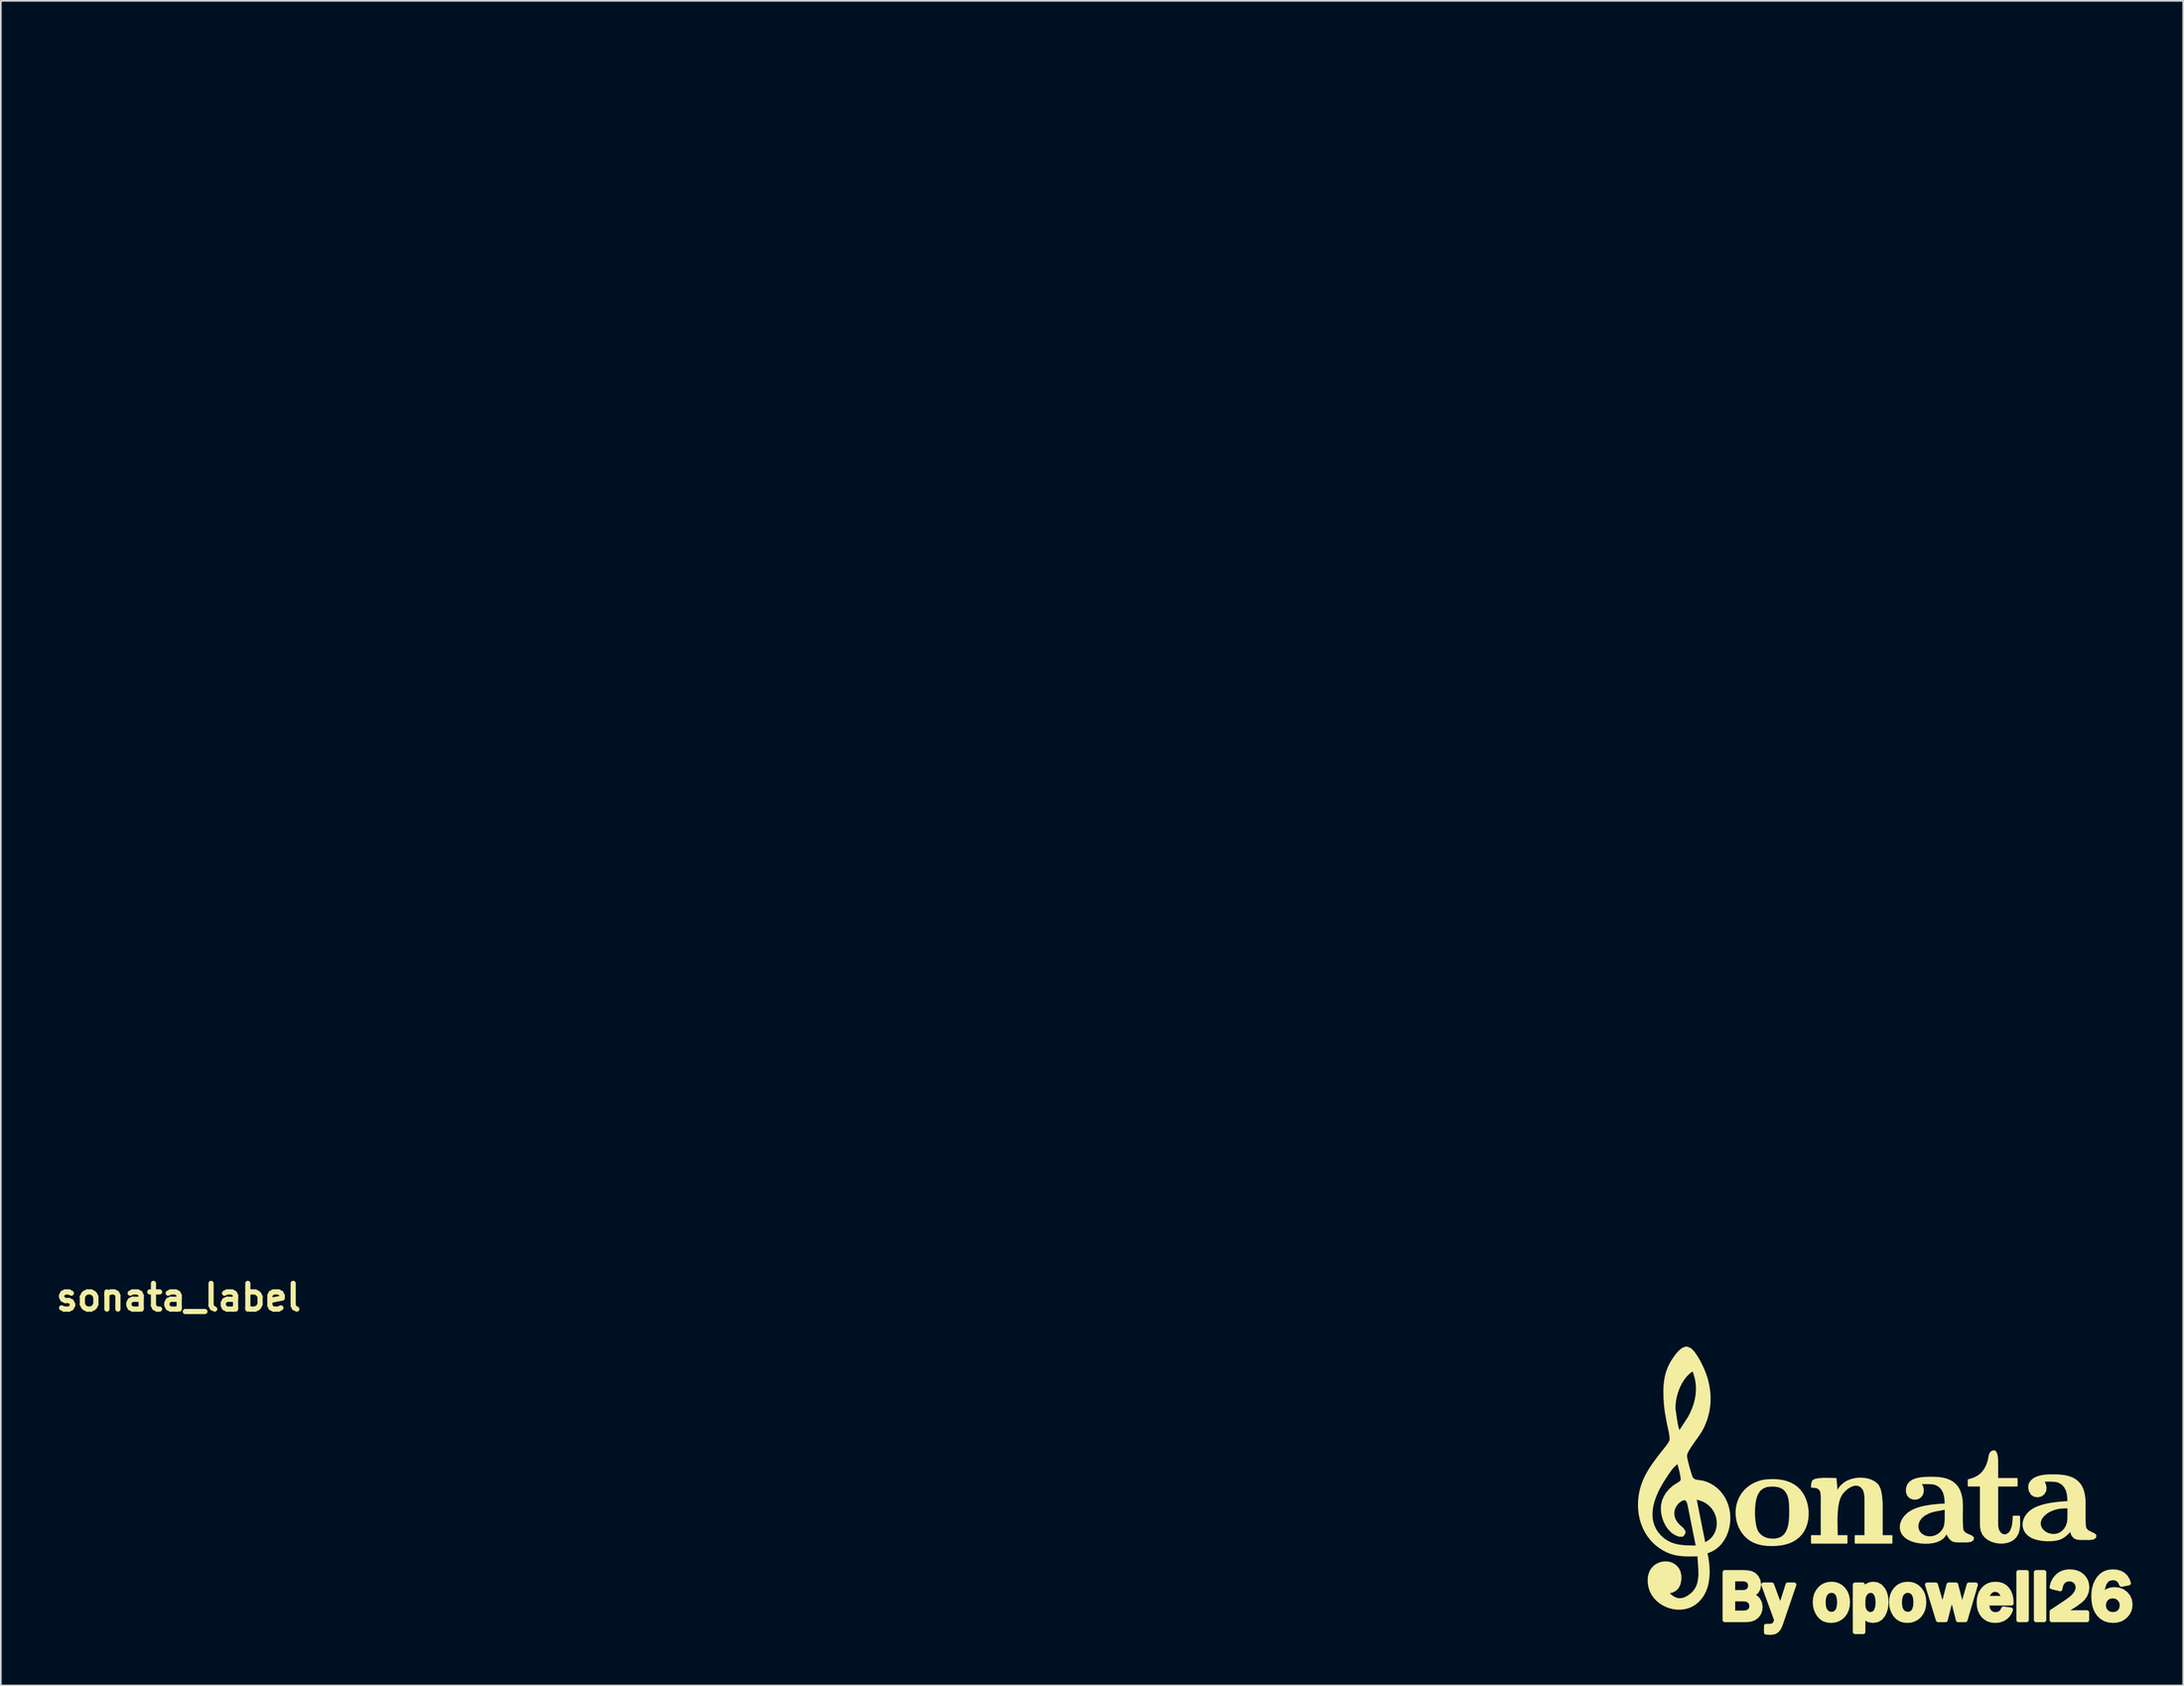
<source format=kicad_pcb>
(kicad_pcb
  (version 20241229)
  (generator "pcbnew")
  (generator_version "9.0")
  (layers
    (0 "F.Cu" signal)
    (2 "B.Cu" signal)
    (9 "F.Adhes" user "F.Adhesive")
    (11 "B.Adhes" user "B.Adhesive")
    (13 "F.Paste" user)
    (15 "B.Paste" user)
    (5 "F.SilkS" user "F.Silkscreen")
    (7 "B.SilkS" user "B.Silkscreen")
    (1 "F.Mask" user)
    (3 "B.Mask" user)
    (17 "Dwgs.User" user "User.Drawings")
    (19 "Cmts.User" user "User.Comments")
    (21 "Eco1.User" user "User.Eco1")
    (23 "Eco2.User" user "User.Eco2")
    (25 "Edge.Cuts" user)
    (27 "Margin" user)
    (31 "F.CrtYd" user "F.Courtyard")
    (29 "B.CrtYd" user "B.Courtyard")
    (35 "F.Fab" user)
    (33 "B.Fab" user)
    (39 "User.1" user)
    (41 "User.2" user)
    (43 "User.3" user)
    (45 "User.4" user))
  (footprint "sonata_label"
    (layer "F.Cu")
    (at 7.526 0.25)
    (property "Reference" "sonata_label" (at 0 73.56 0) (layer "F.SilkS") (effects (font (size 1.524 1.524) (thickness 0.305))))
    (attr exclude_from_pos_files exclude_from_bom)
    (fp_poly (pts (xy 109.438 92.665) (xy 108.966 92.665) (xy 108.966 89.843) (xy 109.438 89.843) (xy 109.438 92.665)) (stroke (width 0.265) (type solid)) (fill yes) (layer "F.SilkS"))
    (fp_poly (pts (xy 110.473 92.665) (xy 110.002 92.665) (xy 110.002 89.843) (xy 110.473 89.843) (xy 110.473 92.665)) (stroke (width 0.265) (type solid)) (fill yes) (layer "F.SilkS"))
    (fp_poly (pts (xy 106.422 90.577) (xy 105.81 92.665) (xy 105.386 92.665) (xy 105.01 91.202) (xy 104.636 92.665) (xy 104.2 92.665) (xy 103.557 90.577) (xy 104.057 90.577) (xy 104.468 91.981) (xy 104.828 90.577) (xy 105.256 90.577) (xy 105.622 91.981) (xy 106.025 90.577) (xy 106.422 90.577)) (stroke (width 0.265) (type solid)) (fill yes) (layer "F.SilkS"))
    (fp_poly (pts (xy 95.671 90.577) (xy 94.859 92.954) (xy 94.77 93.149) (xy 94.654 93.293) (xy 94.499 93.385) (xy 94.29 93.415) (xy 94.176 93.412) (xy 94.019 93.401) (xy 94.019 93.027) (xy 94.245 93.031) (xy 94.464 92.981) (xy 94.578 92.81) (xy 94.619 92.665) (xy 94.575 92.537) (xy 93.858 90.577) (xy 94.352 90.577) (xy 94.859 91.954) (xy 95.295 90.577) (xy 95.671 90.577)) (stroke (width 0.265) (type solid)) (fill yes) (layer "F.SilkS"))
    (fp_poly (pts (xy 113.014 92.225) (xy 113.014 92.665) (xy 110.934 92.665) (xy 110.934 92.171) (xy 111.798 91.596) (xy 112.038 91.424) (xy 112.218 91.266) (xy 112.34 91.121) (xy 112.444 90.921) (xy 112.478 90.739) (xy 112.444 90.546) (xy 112.34 90.387) (xy 112.181 90.28) (xy 111.98 90.244) (xy 111.803 90.268) (xy 111.659 90.339) (xy 111.548 90.457) (xy 111.469 90.622) (xy 111.424 90.834) (xy 110.934 90.712) (xy 110.996 90.473) (xy 111.107 90.259) (xy 111.267 90.069) (xy 111.417 89.951) (xy 111.589 89.867) (xy 111.782 89.817) (xy 111.997 89.8) (xy 112.218 89.817) (xy 112.417 89.867) (xy 112.592 89.95) (xy 112.743 90.067) (xy 112.865 90.208) (xy 112.952 90.367) (xy 113.004 90.545) (xy 113.022 90.741) (xy 112.994 90.973) (xy 112.912 91.189) (xy 112.774 91.388) (xy 112.671 91.489) (xy 112.527 91.606) (xy 112.342 91.738) (xy 112.117 91.885) (xy 111.851 92.048) (xy 111.544 92.225) (xy 113.014 92.225)) (stroke (width 0.265) (type solid)) (fill yes) (layer "F.SilkS"))
    (fp_poly (pts (xy 99.76 93.37) (xy 99.28 93.37) (xy 99.76 91.809) (xy 99.793 92.017) (xy 99.894 92.188) (xy 100.038 92.299) (xy 100.196 92.336) (xy 100.391 92.287) (xy 100.524 92.14) (xy 100.604 91.915) (xy 100.63 91.638) (xy 100.618 91.439) (xy 100.583 91.267) (xy 100.524 91.121) (xy 100.393 90.971) (xy 100.21 90.92) (xy 100.036 90.961) (xy 99.89 91.084) (xy 99.792 91.272) (xy 99.76 91.512) (xy 99.76 91.809) (xy 99.28 93.37) (xy 99.28 90.577) (xy 99.731 90.577) (xy 99.731 90.941) (xy 99.852 90.763) (xy 99.999 90.636) (xy 100.171 90.559) (xy 100.369 90.534) (xy 100.585 90.567) (xy 100.77 90.668) (xy 100.923 90.836) (xy 101.014 90.997) (xy 101.078 91.179) (xy 101.117 91.383) (xy 101.13 91.607) (xy 101.118 91.822) (xy 101.081 92.022) (xy 101.019 92.208) (xy 100.932 92.38) (xy 100.779 92.562) (xy 100.584 92.672) (xy 100.345 92.708) (xy 100.101 92.671) (xy 99.906 92.56) (xy 99.76 92.374) (xy 99.76 93.37)) (stroke (width 0.265) (type solid)) (fill yes) (layer "F.SilkS"))
    (fp_poly (pts (xy 91.568 92.665) (xy 92.05 91.028) (xy 92.67 91.028) (xy 92.84 90.999) (xy 92.969 90.914) (xy 93.053 90.785) (xy 93.081 90.625) (xy 93.049 90.456) (xy 92.955 90.34) (xy 92.818 90.27) (xy 92.659 90.247) (xy 92.05 90.247) (xy 92.05 91.028) (xy 91.568 92.665) (xy 91.568 89.843) (xy 92.668 89.843) (xy 92.923 89.858) (xy 93.131 89.901) (xy 93.033 91.545) (xy 92.891 91.459) (xy 92.709 91.431) (xy 92.05 91.431) (xy 92.05 92.241) (xy 92.707 92.241) (xy 92.893 92.214) (xy 93.036 92.132) (xy 93.127 92.003) (xy 93.157 91.836) (xy 93.126 91.674) (xy 93.033 91.545) (xy 93.131 89.901) (xy 93.302 89.991) (xy 93.449 90.143) (xy 93.55 90.343) (xy 93.583 90.575) (xy 93.549 90.794) (xy 93.447 90.982) (xy 93.285 91.123) (xy 93.071 91.202) (xy 93.253 91.251) (xy 93.403 91.332) (xy 93.521 91.443) (xy 93.636 91.651) (xy 93.674 91.894) (xy 93.65 92.1) (xy 93.579 92.284) (xy 93.459 92.444) (xy 93.292 92.567) (xy 93.073 92.64) (xy 92.802 92.665) (xy 91.568 92.665)) (stroke (width 0.265) (type solid)) (fill yes) (layer "F.SilkS"))
    (fp_poly (pts (xy 97.858 92.708) (xy 97.875 92.32) (xy 98.046 92.291) (xy 98.179 92.206) (xy 98.274 92.065) (xy 98.331 91.866) (xy 98.35 91.611) (xy 98.337 91.412) (xy 98.299 91.244) (xy 98.236 91.106) (xy 98.092 90.967) (xy 97.887 90.92) (xy 97.675 90.968) (xy 97.525 91.113) (xy 97.46 91.253) (xy 97.42 91.422) (xy 97.407 91.619) (xy 97.421 91.829) (xy 97.462 92.002) (xy 97.531 92.14) (xy 97.68 92.275) (xy 97.875 92.32) (xy 97.858 92.708) (xy 97.64 92.688) (xy 97.45 92.625) (xy 97.287 92.521) (xy 97.151 92.376) (xy 97.044 92.203) (xy 96.968 92.019) (xy 96.922 91.822) (xy 96.907 91.613) (xy 96.924 91.391) (xy 96.974 91.189) (xy 97.058 91.006) (xy 97.176 90.842) (xy 97.322 90.707) (xy 97.49 90.611) (xy 97.679 90.553) (xy 97.889 90.534) (xy 98.089 90.553) (xy 98.271 90.609) (xy 98.434 90.702) (xy 98.577 90.834) (xy 98.696 90.995) (xy 98.78 91.178) (xy 98.831 91.384) (xy 98.848 91.613) (xy 98.831 91.848) (xy 98.778 92.059) (xy 98.69 92.246) (xy 98.567 92.409) (xy 98.418 92.54) (xy 98.25 92.633) (xy 98.064 92.69) (xy 97.858 92.708)) (stroke (width 0.265) (type solid)) (fill yes) (layer "F.SilkS"))
    (fp_poly (pts (xy 102.377 92.708) (xy 102.393 92.32) (xy 102.564 92.291) (xy 102.697 92.206) (xy 102.792 92.065) (xy 102.85 91.866) (xy 102.869 91.611) (xy 102.856 91.412) (xy 102.818 91.244) (xy 102.755 91.106) (xy 102.611 90.967) (xy 102.406 90.92) (xy 102.193 90.968) (xy 102.044 91.113) (xy 101.978 91.253) (xy 101.939 91.422) (xy 101.926 91.619) (xy 101.94 91.829) (xy 101.981 92.002) (xy 102.05 92.14) (xy 102.199 92.275) (xy 102.393 92.32) (xy 102.377 92.708) (xy 102.159 92.688) (xy 101.968 92.625) (xy 101.805 92.521) (xy 101.67 92.376) (xy 101.563 92.203) (xy 101.487 92.019) (xy 101.441 91.822) (xy 101.426 91.613) (xy 101.443 91.391) (xy 101.493 91.189) (xy 101.577 91.006) (xy 101.694 90.842) (xy 101.841 90.707) (xy 102.008 90.611) (xy 102.197 90.553) (xy 102.408 90.534) (xy 102.608 90.553) (xy 102.789 90.609) (xy 102.952 90.702) (xy 103.096 90.834) (xy 103.214 90.995) (xy 103.299 91.178) (xy 103.35 91.384) (xy 103.367 91.613) (xy 103.349 91.848) (xy 103.296 92.059) (xy 103.209 92.246) (xy 103.086 92.409) (xy 102.937 92.54) (xy 102.769 92.633) (xy 102.582 92.69) (xy 102.377 92.708)) (stroke (width 0.265) (type solid)) (fill yes) (layer "F.SilkS"))
    (fp_poly (pts (xy 108.075 91.999) (xy 108.501 92.057) (xy 108.429 92.235) (xy 108.321 92.391) (xy 108.179 92.524) (xy 108.005 92.627) (xy 107.805 92.688) (xy 107.577 92.708) (xy 107.371 92.69) (xy 107.186 92.636) (xy 107.022 92.544) (xy 107.104 91.375) (xy 108.047 91.375) (xy 108.011 91.171) (xy 107.91 91.007) (xy 107.762 90.9) (xy 107.581 90.865) (xy 107.403 90.898) (xy 107.257 90.999) (xy 107.154 91.159) (xy 107.104 91.375) (xy 107.022 92.544) (xy 106.879 92.417) (xy 106.763 92.258) (xy 106.68 92.074) (xy 106.631 91.863) (xy 106.614 91.627) (xy 106.631 91.401) (xy 106.681 91.195) (xy 106.764 91.009) (xy 106.881 90.844) (xy 107.026 90.708) (xy 107.195 90.611) (xy 107.388 90.553) (xy 107.604 90.534) (xy 107.815 90.553) (xy 108 90.61) (xy 108.16 90.706) (xy 108.295 90.84) (xy 108.401 91.004) (xy 108.477 91.189) (xy 108.523 91.396) (xy 108.538 91.625) (xy 108.537 91.679) (xy 107.104 91.679) (xy 107.114 91.871) (xy 107.143 92.02) (xy 107.204 92.14) (xy 107.305 92.243) (xy 107.439 92.315) (xy 107.604 92.338) (xy 107.812 92.301) (xy 107.969 92.188) (xy 108.076 91.999) (xy 108.075 91.999)) (stroke (width 0.265) (type solid)) (fill yes) (layer "F.SilkS"))
    (fp_poly (pts (xy 115.486 90.486) (xy 115.056 90.569) (xy 114.948 90.349) (xy 114.782 90.216) (xy 114.56 90.172) (xy 114.344 90.207) (xy 114.176 90.311) (xy 114.055 90.484) (xy 113.976 90.695) (xy 113.929 90.913) (xy 113.913 91.14) (xy 113.915 91.276) (xy 114.533 91.249) (xy 114.316 91.289) (xy 114.146 91.408) (xy 114.036 91.585) (xy 114 91.799) (xy 114.037 92.012) (xy 114.151 92.183) (xy 114.326 92.297) (xy 114.552 92.334) (xy 114.761 92.3) (xy 114.934 92.198) (xy 115.052 92.023) (xy 115.091 91.776) (xy 115.054 91.59) (xy 114.942 91.416) (xy 114.767 91.291) (xy 114.533 91.249) (xy 113.915 91.276) (xy 114.039 91.091) (xy 114.202 90.958) (xy 114.403 90.879) (xy 114.642 90.852) (xy 114.895 90.88) (xy 115.118 90.965) (xy 115.312 91.106) (xy 115.461 91.291) (xy 115.551 91.504) (xy 115.581 91.747) (xy 115.563 91.944) (xy 115.509 92.123) (xy 115.419 92.287) (xy 115.294 92.433) (xy 115.141 92.554) (xy 114.969 92.64) (xy 114.779 92.691) (xy 114.57 92.708) (xy 114.313 92.685) (xy 114.084 92.613) (xy 113.885 92.493) (xy 113.714 92.326) (xy 113.603 92.161) (xy 113.516 91.973) (xy 113.454 91.763) (xy 113.417 91.53) (xy 113.404 91.274) (xy 113.416 91.022) (xy 113.453 90.789) (xy 113.514 90.576) (xy 113.599 90.383) (xy 113.708 90.209) (xy 113.874 90.03) (xy 114.066 89.902) (xy 114.283 89.826) (xy 114.527 89.8) (xy 114.767 89.819) (xy 114.976 89.876) (xy 115.152 89.972) (xy 115.296 90.105) (xy 115.407 90.277) (xy 115.486 90.486) (xy 115.486 90.486)) (stroke (width 0.265) (type solid)) (fill yes) (layer "F.SilkS"))
    (fp_poly (pts (xy 105.991 84.366) (xy 106.22 84.3) (xy 106.422 84.218) (xy 106.6 84.115) (xy 106.755 83.989) (xy 106.89 83.834) (xy 107.007 83.649) (xy 107.108 83.43) (xy 107.18 83.192) (xy 107.218 82.987) (xy 107.259 82.824) (xy 107.339 82.711) (xy 107.496 82.644) (xy 107.603 82.697) (xy 107.668 82.829) (xy 107.703 82.999) (xy 107.716 83.165) (xy 107.719 83.286) (xy 107.719 83.444) (xy 107.719 83.79) (xy 107.719 84.136) (xy 107.719 84.294) (xy 107.838 84.294) (xy 108.124 84.294) (xy 108.465 84.294) (xy 108.75 84.294) (xy 108.87 84.294) (xy 108.87 84.51) (xy 108.87 84.725) (xy 108.75 84.725) (xy 108.465 84.725) (xy 108.124 84.725) (xy 107.838 84.725) (xy 107.719 84.725) (xy 107.719 84.799) (xy 107.719 84.998) (xy 107.719 85.285) (xy 107.719 85.626) (xy 107.719 85.984) (xy 107.719 86.325) (xy 107.719 86.612) (xy 107.719 86.81) (xy 107.719 86.884) (xy 107.723 87.103) (xy 107.762 87.315) (xy 107.874 87.504) (xy 108.033 87.618) (xy 108.218 87.63) (xy 108.407 87.513) (xy 108.514 87.353) (xy 108.585 87.154) (xy 108.626 86.936) (xy 108.646 86.719) (xy 108.654 86.525) (xy 108.834 86.525) (xy 109.014 86.525) (xy 109.019 86.776) (xy 109.02 87.03) (xy 108.998 87.281) (xy 108.936 87.52) (xy 108.812 87.74) (xy 108.662 87.89) (xy 108.477 88) (xy 108.267 88.071) (xy 108.042 88.105) (xy 107.809 88.104) (xy 107.579 88.067) (xy 107.359 87.997) (xy 107.16 87.895) (xy 106.989 87.763) (xy 106.856 87.601) (xy 106.753 87.37) (xy 106.716 87.136) (xy 106.711 86.884) (xy 106.711 86.81) (xy 106.711 86.612) (xy 106.711 86.325) (xy 106.711 85.984) (xy 106.711 85.626) (xy 106.711 85.285) (xy 106.711 84.998) (xy 106.711 84.799) (xy 106.711 84.725) (xy 106.524 84.725) (xy 106.178 84.725) (xy 105.991 84.725) (xy 105.991 84.546) (xy 105.991 84.366)) (stroke (width 0.072) (type solid)) (fill yes) (layer "F.SilkS"))
    (fp_poly (pts (xy 93.829 84.399) (xy 94.045 84.756) (xy 93.827 84.848) (xy 93.66 84.972) (xy 93.526 85.164) (xy 93.45 85.328) (xy 93.391 85.536) (xy 93.349 85.777) (xy 93.325 86.04) (xy 93.317 86.314) (xy 93.327 86.588) (xy 93.352 86.85) (xy 93.394 87.09) (xy 93.452 87.296) (xy 93.526 87.457) (xy 93.674 87.627) (xy 93.849 87.753) (xy 94.045 87.836) (xy 94.261 87.878) (xy 94.519 87.883) (xy 94.737 87.844) (xy 94.916 87.768) (xy 95.061 87.658) (xy 95.175 87.519) (xy 95.262 87.356) (xy 95.325 87.174) (xy 95.369 86.978) (xy 95.396 86.772) (xy 95.41 86.561) (xy 95.415 86.35) (xy 95.415 86.145) (xy 95.412 85.949) (xy 95.397 85.68) (xy 95.358 85.445) (xy 95.293 85.244) (xy 95.202 85.077) (xy 95.084 84.942) (xy 94.938 84.841) (xy 94.761 84.771) (xy 94.555 84.734) (xy 94.316 84.729) (xy 94.045 84.756) (xy 93.829 84.399) (xy 94.058 84.373) (xy 94.292 84.359) (xy 94.527 84.359) (xy 94.761 84.376) (xy 94.992 84.411) (xy 95.217 84.469) (xy 95.434 84.55) (xy 95.64 84.657) (xy 95.832 84.792) (xy 95.995 84.947) (xy 96.136 85.125) (xy 96.254 85.322) (xy 96.35 85.536) (xy 96.423 85.761) (xy 96.472 85.995) (xy 96.497 86.233) (xy 96.498 86.473) (xy 96.475 86.71) (xy 96.426 86.941) (xy 96.352 87.161) (xy 96.253 87.367) (xy 96.127 87.557) (xy 95.975 87.724) (xy 95.792 87.874) (xy 95.596 87.994) (xy 95.389 88.087) (xy 95.173 88.156) (xy 94.95 88.204) (xy 94.722 88.234) (xy 94.492 88.249) (xy 94.261 88.252) (xy 94.007 88.239) (xy 93.75 88.202) (xy 93.498 88.139) (xy 93.258 88.045) (xy 93.037 87.917) (xy 92.88 87.792) (xy 92.739 87.652) (xy 92.615 87.499) (xy 92.508 87.333) (xy 92.419 87.158) (xy 92.347 86.974) (xy 92.294 86.784) (xy 92.259 86.59) (xy 92.242 86.392) (xy 92.244 86.194) (xy 92.265 85.997) (xy 92.306 85.802) (xy 92.366 85.612) (xy 92.445 85.428) (xy 92.545 85.252) (xy 92.665 85.086) (xy 92.806 84.931) (xy 92.968 84.791) (xy 93.151 84.665) (xy 93.355 84.557) (xy 93.581 84.467) (xy 93.829 84.399)) (stroke (width 0.072) (type solid)) (fill yes) (layer "F.SilkS"))
    (fp_poly (pts (xy 103.185 84.581) (xy 103.272 84.751) (xy 103.316 84.941) (xy 103.304 85.13) (xy 103.242 85.281) (xy 103.143 85.394) (xy 103.017 85.469) (xy 102.876 85.504) (xy 102.73 85.5) (xy 102.591 85.455) (xy 102.471 85.371) (xy 102.38 85.245) (xy 102.33 85.078) (xy 102.332 84.869) (xy 102.397 84.663) (xy 102.518 84.506) (xy 102.685 84.39) (xy 102.886 84.31) (xy 103.108 84.26) (xy 103.34 84.232) (xy 103.57 84.221) (xy 103.786 84.219) (xy 103.976 84.222) (xy 104.245 84.236) (xy 104.489 84.271) (xy 104.709 84.329) (xy 104.624 86.093) (xy 104.369 86.145) (xy 104.114 86.19) (xy 103.862 86.246) (xy 103.616 86.334) (xy 103.397 86.453) (xy 103.205 86.612) (xy 103.071 86.801) (xy 103.002 87.007) (xy 103 87.215) (xy 103.064 87.409) (xy 103.198 87.574) (xy 103.402 87.695) (xy 103.61 87.746) (xy 103.82 87.743) (xy 104.023 87.691) (xy 104.21 87.595) (xy 104.372 87.461) (xy 104.499 87.295) (xy 104.583 87.1) (xy 104.614 86.89) (xy 104.626 86.61) (xy 104.626 86.323) (xy 104.624 86.093) (xy 104.709 84.329) (xy 104.904 84.409) (xy 105.076 84.511) (xy 105.224 84.636) (xy 105.348 84.783) (xy 105.45 84.954) (xy 105.529 85.149) (xy 105.585 85.367) (xy 105.619 85.61) (xy 105.632 85.877) (xy 105.63 86.067) (xy 105.627 86.344) (xy 105.626 86.662) (xy 105.632 86.972) (xy 105.646 87.226) (xy 105.675 87.377) (xy 105.803 87.52) (xy 105.99 87.613) (xy 106.172 87.69) (xy 106.286 87.783) (xy 106.267 87.924) (xy 106.115 88.014) (xy 105.894 88.037) (xy 105.703 88.036) (xy 105.443 88.038) (xy 105.242 88.03) (xy 105.084 87.994) (xy 104.952 87.912) (xy 104.829 87.764) (xy 104.696 87.532) (xy 104.596 87.693) (xy 104.491 87.813) (xy 104.333 87.926) (xy 104.143 88.014) (xy 103.92 88.075) (xy 103.672 88.108) (xy 103.411 88.116) (xy 103.148 88.097) (xy 102.891 88.053) (xy 102.651 87.984) (xy 102.439 87.891) (xy 102.264 87.774) (xy 102.102 87.6) (xy 102.004 87.413) (xy 101.964 87.218) (xy 101.977 87.022) (xy 102.035 86.829) (xy 102.134 86.646) (xy 102.266 86.479) (xy 102.427 86.332) (xy 102.609 86.212) (xy 102.797 86.119) (xy 102.994 86.043) (xy 103.197 85.982) (xy 103.401 85.935) (xy 103.621 85.897) (xy 103.876 85.862) (xy 104.143 85.833) (xy 104.4 85.813) (xy 104.624 85.805) (xy 104.615 85.569) (xy 104.585 85.337) (xy 104.524 85.118) (xy 104.422 84.921) (xy 104.267 84.757) (xy 104.048 84.635) (xy 103.864 84.595) (xy 103.628 84.58) (xy 103.386 84.579) (xy 103.185 84.581)) (stroke (width 0.072) (type solid)) (fill yes) (layer "F.SilkS"))
    (fp_poly (pts (xy 96.708 84.797) (xy 96.715 84.6) (xy 96.779 84.419) (xy 96.916 84.342) (xy 97.144 84.3) (xy 97.421 84.283) (xy 97.708 84.283) (xy 97.963 84.289) (xy 98.147 84.294) (xy 98.158 84.417) (xy 98.183 84.689) (xy 98.208 84.962) (xy 98.219 85.085) (xy 98.324 84.881) (xy 98.461 84.707) (xy 98.626 84.564) (xy 98.811 84.45) (xy 99.013 84.365) (xy 99.226 84.307) (xy 99.445 84.276) (xy 99.663 84.271) (xy 99.876 84.29) (xy 100.079 84.333) (xy 100.266 84.4) (xy 100.431 84.488) (xy 100.57 84.598) (xy 100.677 84.728) (xy 100.766 84.93) (xy 100.825 85.183) (xy 100.86 85.457) (xy 100.877 85.722) (xy 100.882 85.949) (xy 100.882 86.045) (xy 100.882 86.291) (xy 100.882 86.629) (xy 100.882 86.996) (xy 100.882 87.334) (xy 100.882 87.58) (xy 100.882 87.676) (xy 101.031 87.676) (xy 101.308 87.676) (xy 101.457 87.676) (xy 101.457 87.892) (xy 101.457 88.108) (xy 101.383 88.108) (xy 101.185 88.108) (xy 100.898 88.108) (xy 100.557 88.108) (xy 100.199 88.108) (xy 99.858 88.108) (xy 99.571 88.108) (xy 99.372 88.108) (xy 99.298 88.108) (xy 99.298 87.892) (xy 99.298 87.676) (xy 99.448 87.676) (xy 99.725 87.676) (xy 99.874 87.676) (xy 99.874 87.602) (xy 99.874 87.404) (xy 99.874 87.116) (xy 99.874 86.776) (xy 99.874 86.417) (xy 99.874 86.077) (xy 99.874 85.79) (xy 99.874 85.591) (xy 99.874 85.517) (xy 99.866 85.315) (xy 99.834 85.112) (xy 99.761 84.925) (xy 99.63 84.769) (xy 99.441 84.677) (xy 99.237 84.678) (xy 99.032 84.749) (xy 98.839 84.868) (xy 98.669 85.012) (xy 98.535 85.159) (xy 98.431 85.324) (xy 98.35 85.52) (xy 98.291 85.741) (xy 98.25 85.98) (xy 98.224 86.233) (xy 98.21 86.492) (xy 98.205 86.752) (xy 98.207 87.006) (xy 98.212 87.249) (xy 98.217 87.474) (xy 98.219 87.676) (xy 98.368 87.676) (xy 98.645 87.676) (xy 98.795 87.676) (xy 98.795 87.892) (xy 98.795 88.108) (xy 98.705 88.108) (xy 98.469 88.108) (xy 98.134 88.108) (xy 97.751 88.108) (xy 97.368 88.108) (xy 97.034 88.108) (xy 96.797 88.108) (xy 96.708 88.108) (xy 96.708 87.892) (xy 96.708 87.676) (xy 96.857 87.676) (xy 97.134 87.676) (xy 97.283 87.676) (xy 97.283 87.593) (xy 97.283 87.372) (xy 97.283 87.061) (xy 97.283 86.705) (xy 97.283 86.348) (xy 97.283 86.037) (xy 97.283 85.816) (xy 97.283 85.733) (xy 97.286 85.554) (xy 97.284 85.333) (xy 97.264 85.121) (xy 97.21 84.964) (xy 97.069 84.845) (xy 96.894 84.805) (xy 96.708 84.797)) (stroke (width 0.072) (type solid)) (fill yes) (layer "F.SilkS"))
    (fp_poly (pts (xy 110.463 84.438) (xy 110.541 84.624) (xy 110.585 84.819) (xy 110.568 85.013) (xy 110.463 85.198) (xy 110.309 85.314) (xy 110.111 85.362) (xy 109.903 85.335) (xy 109.722 85.221) (xy 109.605 85.012) (xy 109.566 84.795) (xy 109.605 84.584) (xy 109.728 84.408) (xy 109.892 84.278) (xy 110.087 84.187) (xy 110.302 84.128) (xy 110.529 84.094) (xy 110.756 84.079) (xy 110.974 84.076) (xy 111.173 84.078) (xy 111.45 84.091) (xy 111.703 84.123) (xy 111.93 84.176) (xy 111.893 86.021) (xy 111.684 86.022) (xy 111.495 86.031) (xy 111.307 86.056) (xy 111.101 86.109) (xy 110.928 86.172) (xy 110.755 86.255) (xy 110.601 86.355) (xy 110.442 86.498) (xy 110.332 86.642) (xy 110.266 86.785) (xy 110.24 86.924) (xy 110.25 87.057) (xy 110.293 87.182) (xy 110.363 87.295) (xy 110.457 87.394) (xy 110.571 87.478) (xy 110.7 87.543) (xy 110.841 87.587) (xy 110.989 87.607) (xy 111.14 87.602) (xy 111.29 87.568) (xy 111.435 87.503) (xy 111.571 87.406) (xy 111.693 87.272) (xy 111.798 87.1) (xy 111.867 86.891) (xy 111.89 86.673) (xy 111.893 86.453) (xy 111.893 86.237) (xy 111.893 86.021) (xy 111.93 84.176) (xy 112.133 84.25) (xy 112.312 84.347) (xy 112.466 84.467) (xy 112.597 84.612) (xy 112.704 84.782) (xy 112.787 84.978) (xy 112.848 85.201) (xy 112.885 85.452) (xy 112.9 85.733) (xy 112.899 85.924) (xy 112.896 86.202) (xy 112.895 86.518) (xy 112.9 86.827) (xy 112.914 87.081) (xy 112.943 87.234) (xy 113.069 87.378) (xy 113.249 87.473) (xy 113.425 87.55) (xy 113.535 87.642) (xy 113.519 87.782) (xy 113.373 87.872) (xy 113.158 87.894) (xy 112.972 87.892) (xy 112.74 87.895) (xy 112.537 87.889) (xy 112.365 87.855) (xy 112.224 87.773) (xy 112.115 87.624) (xy 112.037 87.388) (xy 111.88 87.552) (xy 111.721 87.696) (xy 111.53 87.82) (xy 111.344 87.894) (xy 111.124 87.942) (xy 110.883 87.967) (xy 110.631 87.968) (xy 110.379 87.948) (xy 110.138 87.908) (xy 109.919 87.848) (xy 109.734 87.771) (xy 109.534 87.639) (xy 109.386 87.483) (xy 109.289 87.309) (xy 109.241 87.122) (xy 109.239 86.928) (xy 109.283 86.734) (xy 109.37 86.545) (xy 109.499 86.367) (xy 109.669 86.206) (xy 109.878 86.068) (xy 110.109 85.961) (xy 110.351 85.879) (xy 110.597 85.814) (xy 110.815 85.772) (xy 111.092 85.731) (xy 111.389 85.697) (xy 111.668 85.673) (xy 111.893 85.661) (xy 111.884 85.425) (xy 111.854 85.193) (xy 111.793 84.974) (xy 111.69 84.777) (xy 111.535 84.613) (xy 111.317 84.491) (xy 111.132 84.451) (xy 110.898 84.436) (xy 110.659 84.435) (xy 110.463 84.438)) (stroke (width 0.072) (type solid)) (fill yes) (layer "F.SilkS"))
    (fp_poly (pts (xy 90.087 88.756) (xy 88.634 81.009) (xy 88.682 81.252) (xy 88.753 81.486) (xy 88.863 81.703) (xy 88.931 81.598) (xy 89.094 81.348) (xy 89.288 81.05) (xy 89.45 80.8) (xy 89.518 80.695) (xy 89.63 80.476) (xy 89.729 80.254) (xy 89.814 80.031) (xy 89.883 79.806) (xy 89.937 79.579) (xy 89.975 79.352) (xy 89.996 79.123) (xy 89.999 78.894) (xy 89.984 78.664) (xy 89.95 78.434) (xy 89.896 78.204) (xy 89.822 77.974) (xy 89.727 77.745) (xy 89.534 77.856) (xy 89.356 77.998) (xy 89.193 78.167) (xy 89.045 78.359) (xy 88.914 78.568) (xy 88.8 78.792) (xy 88.704 79.025) (xy 88.626 79.264) (xy 88.567 79.504) (xy 88.528 79.742) (xy 88.508 79.972) (xy 88.51 80.192) (xy 88.532 80.341) (xy 88.572 80.618) (xy 88.593 80.767) (xy 88.634 81.009) (xy 90.087 88.756) (xy 89.846 88.758) (xy 88.44 88.239) (xy 88.652 88.301) (xy 88.869 88.344) (xy 89.091 88.372) (xy 89.318 88.387) (xy 89.547 88.394) (xy 89.78 88.396) (xy 90.015 88.396) (xy 89.999 88.317) (xy 89.956 88.105) (xy 89.895 87.799) (xy 89.822 87.435) (xy 89.745 87.053) (xy 89.672 86.69) (xy 89.611 86.383) (xy 89.569 86.172) (xy 89.553 86.093) (xy 89.517 85.907) (xy 89.462 85.688) (xy 89.367 85.504) (xy 89.213 85.424) (xy 89.078 85.443) (xy 88.936 85.505) (xy 88.796 85.603) (xy 88.666 85.734) (xy 88.557 85.893) (xy 88.477 86.076) (xy 88.436 86.278) (xy 88.443 86.494) (xy 88.506 86.719) (xy 88.637 86.95) (xy 88.832 87.159) (xy 89.012 87.315) (xy 89.107 87.462) (xy 89.032 87.593) (xy 88.862 87.588) (xy 88.655 87.498) (xy 88.471 87.366) (xy 88.312 87.198) (xy 88.177 87.002) (xy 88.07 86.785) (xy 87.99 86.557) (xy 87.94 86.323) (xy 87.92 86.093) (xy 87.931 85.874) (xy 87.988 85.625) (xy 88.086 85.396) (xy 88.22 85.185) (xy 88.385 84.995) (xy 88.575 84.825) (xy 88.747 84.714) (xy 88.943 84.592) (xy 89.071 84.474) (xy 89.097 84.334) (xy 89.075 84.123) (xy 89.024 83.874) (xy 88.96 83.618) (xy 88.901 83.387) (xy 88.863 83.214) (xy 88.664 83.334) (xy 88.493 83.482) (xy 88.343 83.651) (xy 88.207 83.834) (xy 88.079 84.027) (xy 87.951 84.222) (xy 87.826 84.417) (xy 87.704 84.622) (xy 87.589 84.834) (xy 87.482 85.053) (xy 87.386 85.277) (xy 87.303 85.505) (xy 87.235 85.735) (xy 87.184 85.968) (xy 87.153 86.201) (xy 87.143 86.432) (xy 87.158 86.662) (xy 87.198 86.888) (xy 87.267 87.11) (xy 87.366 87.326) (xy 87.497 87.535) (xy 87.664 87.735) (xy 87.846 87.907) (xy 88.036 88.045) (xy 88.235 88.155) (xy 88.44 88.239) (xy 89.846 88.758) (xy 89.608 88.761) (xy 89.371 88.761) (xy 89.136 88.753) (xy 88.903 88.733) (xy 88.672 88.695) (xy 88.443 88.634) (xy 88.216 88.547) (xy 87.99 88.433) (xy 87.781 88.302) (xy 87.589 88.158) (xy 87.414 87.999) (xy 87.256 87.828) (xy 87.114 87.646) (xy 86.989 87.454) (xy 86.88 87.252) (xy 86.787 87.042) (xy 86.711 86.825) (xy 86.651 86.603) (xy 86.606 86.375) (xy 86.578 86.143) (xy 86.566 85.909) (xy 86.569 85.674) (xy 86.589 85.437) (xy 86.623 85.202) (xy 86.674 84.968) (xy 86.74 84.737) (xy 86.821 84.51) (xy 86.918 84.285) (xy 87.03 84.067) (xy 87.153 83.854) (xy 87.285 83.647) (xy 87.425 83.445) (xy 87.57 83.245) (xy 87.717 83.049) (xy 87.865 82.854) (xy 88.006 82.678) (xy 88.18 82.462) (xy 88.337 82.244) (xy 88.429 82.063) (xy 88.439 81.853) (xy 88.399 81.571) (xy 88.338 81.283) (xy 88.288 81.055) (xy 88.236 80.792) (xy 88.192 80.548) (xy 88.154 80.317) (xy 88.124 80.091) (xy 88.101 79.865) (xy 88.084 79.631) (xy 88.074 79.382) (xy 88.072 79.112) (xy 88.078 78.859) (xy 88.098 78.617) (xy 88.131 78.385) (xy 88.18 78.16) (xy 88.246 77.941) (xy 88.33 77.727) (xy 88.433 77.517) (xy 88.557 77.307) (xy 88.702 77.097) (xy 88.814 76.953) (xy 88.962 76.793) (xy 89.127 76.662) (xy 89.294 76.608) (xy 89.486 76.683) (xy 89.649 76.851) (xy 89.773 77.025) (xy 89.888 77.205) (xy 90 77.402) (xy 90.107 77.612) (xy 90.206 77.828) (xy 90.295 78.046) (xy 90.373 78.26) (xy 90.435 78.464) (xy 90.496 78.717) (xy 90.542 78.969) (xy 90.571 79.222) (xy 90.585 79.473) (xy 90.582 79.724) (xy 90.563 79.973) (xy 90.527 80.221) (xy 90.475 80.466) (xy 90.406 80.708) (xy 90.32 80.948) (xy 90.217 81.183) (xy 90.096 81.415) (xy 89.983 81.592) (xy 89.829 81.812) (xy 89.654 82.057) (xy 89.481 82.309) (xy 89.33 82.549) (xy 89.224 82.761) (xy 89.183 82.926) (xy 89.205 83.084) (xy 90.303 88.252) (xy 90.497 88.17) (xy 90.669 88.067) (xy 90.818 87.945) (xy 90.943 87.808) (xy 91.046 87.656) (xy 91.127 87.493) (xy 91.185 87.322) (xy 91.22 87.144) (xy 91.234 86.962) (xy 91.225 86.779) (xy 91.195 86.596) (xy 91.143 86.418) (xy 91.07 86.245) (xy 90.975 86.081) (xy 90.859 85.927) (xy 90.722 85.787) (xy 90.564 85.663) (xy 90.386 85.557) (xy 90.186 85.472) (xy 89.967 85.41) (xy 89.727 85.373) (xy 89.738 85.43) (xy 89.77 85.586) (xy 89.817 85.823) (xy 89.876 86.119) (xy 89.943 86.456) (xy 90.015 86.812) (xy 90.086 87.169) (xy 90.153 87.505) (xy 90.213 87.802) (xy 90.26 88.039) (xy 90.291 88.195) (xy 90.303 88.252) (xy 89.205 83.084) (xy 89.263 83.344) (xy 89.343 83.653) (xy 89.431 83.958) (xy 89.514 84.206) (xy 89.578 84.343) (xy 89.767 84.475) (xy 89.997 84.517) (xy 90.231 84.548) (xy 90.442 84.612) (xy 90.65 84.706) (xy 90.846 84.822) (xy 91.022 84.956) (xy 91.189 85.12) (xy 91.334 85.298) (xy 91.457 85.487) (xy 91.558 85.687) (xy 91.638 85.894) (xy 91.697 86.107) (xy 91.735 86.324) (xy 91.753 86.542) (xy 91.752 86.76) (xy 91.732 86.976) (xy 91.693 87.188) (xy 91.635 87.393) (xy 91.56 87.589) (xy 91.468 87.775) (xy 91.359 87.948) (xy 91.233 88.107) (xy 91.092 88.25) (xy 90.934 88.373) (xy 90.762 88.476) (xy 90.576 88.556) (xy 90.375 88.612) (xy 90.424 88.833) (xy 90.467 89.063) (xy 90.499 89.299) (xy 90.521 89.54) (xy 90.53 89.783) (xy 90.524 90.025) (xy 90.501 90.265) (xy 90.46 90.499) (xy 90.399 90.725) (xy 90.315 90.942) (xy 90.208 91.146) (xy 90.076 91.335) (xy 89.916 91.507) (xy 89.727 91.659) (xy 89.548 91.764) (xy 89.357 91.841) (xy 89.157 91.891) (xy 88.95 91.915) (xy 88.741 91.913) (xy 88.532 91.887) (xy 88.326 91.836) (xy 88.127 91.763) (xy 87.937 91.667) (xy 87.76 91.55) (xy 87.599 91.412) (xy 87.457 91.254) (xy 87.337 91.077) (xy 87.243 90.882) (xy 87.177 90.669) (xy 87.143 90.44) (xy 87.143 90.195) (xy 87.178 89.993) (xy 87.246 89.817) (xy 87.342 89.668) (xy 87.462 89.547) (xy 87.6 89.452) (xy 87.751 89.385) (xy 87.91 89.346) (xy 88.072 89.335) (xy 88.231 89.351) (xy 88.383 89.396) (xy 88.523 89.469) (xy 88.645 89.571) (xy 88.745 89.701) (xy 88.816 89.861) (xy 88.855 90.049) (xy 88.855 90.267) (xy 88.81 90.506) (xy 88.722 90.688) (xy 88.594 90.819) (xy 88.429 90.908) (xy 88.23 90.961) (xy 88 90.987) (xy 88.172 91.155) (xy 88.357 91.315) (xy 88.561 91.443) (xy 88.791 91.518) (xy 89.017 91.515) (xy 89.238 91.451) (xy 89.439 91.347) (xy 89.643 91.197) (xy 89.805 91.034) (xy 89.929 90.857) (xy 90.021 90.67) (xy 90.083 90.473) (xy 90.122 90.269) (xy 90.141 90.058) (xy 90.144 89.843) (xy 90.137 89.625) (xy 90.123 89.406) (xy 90.107 89.187) (xy 90.094 88.969) (xy 90.087 88.756)) (stroke (width 0.282) (type solid)) (fill yes) (layer "F.SilkS")))
  (gr_rect
    (start -3 -3)
    (end 126.239 96.798)
    (stroke (width 0.1) (type default))
    (fill no)
    (layer "Edge.Cuts")))
</source>
